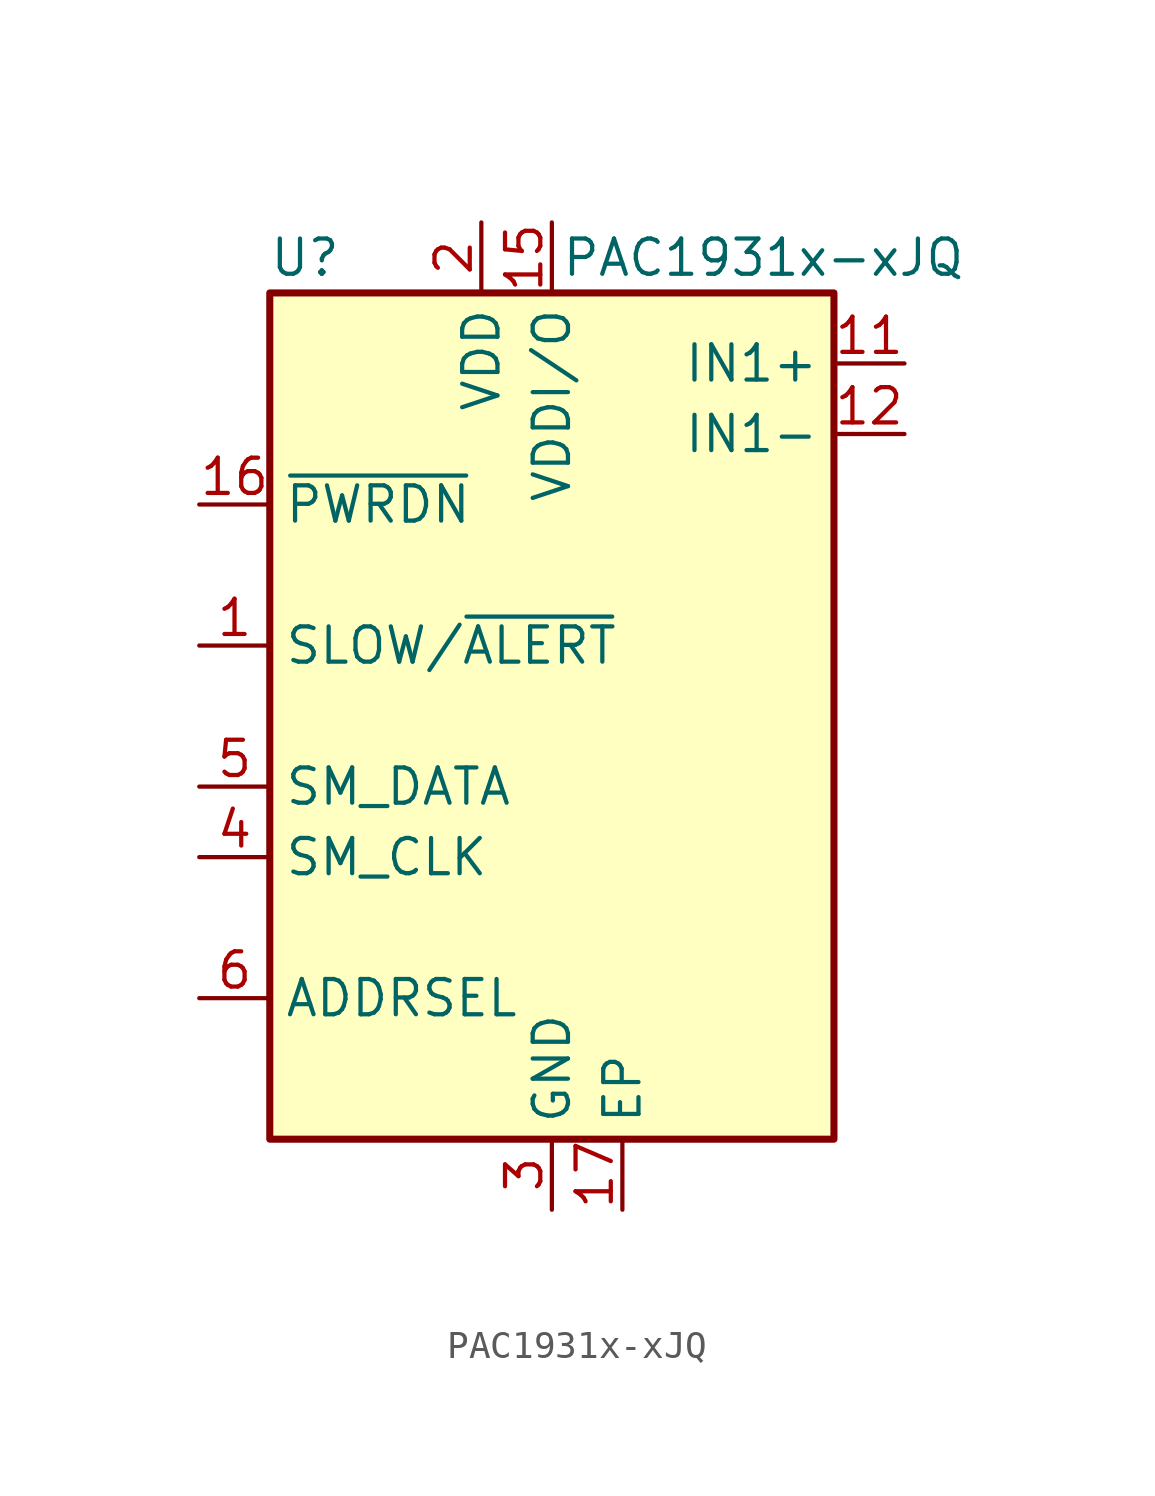
<source format=kicad_sym>
(kicad_symbol_lib
  (version 20200908)
  (generator kicad_symbol_editor)
  (symbol "Analog_ADC:PAC1931x-xJQ"
    (property "Reference" "U"
      (at -8.89 16.51 0)
      (effects (font (size 1.27 1.27))))
    (property "Value" "PAC1931x-xJQ"
      (at 7.62 16.51 0)
      (effects (font (size 1.27 1.27))))
    (symbol "PAC1931x-xJQ_0_1"
      (rectangle (start -10.16 15.24) (end 10.16 -15.24) (stroke (width 0.254)) (fill (type background))))
    (symbol "PAC1931x-xJQ_1_1"
      (pin open_collector line (at -12.7 2.54 0) (length 2.54) (name "SLOW/~ALERT" (effects (font (size 1.27 1.27)))) (number "1" (effects (font (size 1.27 1.27)))))
      (pin passive line (at 0 -17.78 90) (length 2.54) hide (name "GND" (effects (font (size 1.27 1.27)))) (number "10" (effects (font (size 1.27 1.27)))))
      (pin input line (at 12.7 12.7 180) (length 2.54) (name "IN1+" (effects (font (size 1.27 1.27)))) (number "11" (effects (font (size 1.27 1.27)))))
      (pin input line (at 12.7 10.16 180) (length 2.54) (name "IN1-" (effects (font (size 1.27 1.27)))) (number "12" (effects (font (size 1.27 1.27)))))
      (pin passive line (at 0 -17.78 90) (length 2.54) hide (name "GND" (effects (font (size 1.27 1.27)))) (number "13" (effects (font (size 1.27 1.27)))))
      (pin passive line (at 0 -17.78 90) (length 2.54) hide (name "GND" (effects (font (size 1.27 1.27)))) (number "14" (effects (font (size 1.27 1.27)))))
      (pin power_in line (at 0 17.78 270) (length 2.54) (name "VDDI/O" (effects (font (size 1.27 1.27)))) (number "15" (effects (font (size 1.27 1.27)))))
      (pin input line (at -12.7 7.62 0) (length 2.54) (name "~PWRDN" (effects (font (size 1.27 1.27)))) (number "16" (effects (font (size 1.27 1.27)))))
      (pin power_in line (at 2.54 -17.78 90) (length 2.54) (name "EP" (effects (font (size 1.27 1.27)))) (number "17" (effects (font (size 1.27 1.27)))))
      (pin power_in line (at -2.54 17.78 270) (length 2.54) (name "VDD" (effects (font (size 1.27 1.27)))) (number "2" (effects (font (size 1.27 1.27)))))
      (pin power_in line (at 0 -17.78 90) (length 2.54) (name "GND" (effects (font (size 1.27 1.27)))) (number "3" (effects (font (size 1.27 1.27)))))
      (pin input line (at -12.7 -5.08 0) (length 2.54) (name "SM_CLK" (effects (font (size 1.27 1.27)))) (number "4" (effects (font (size 1.27 1.27)))))
      (pin bidirectional line (at -12.7 -2.54 0) (length 2.54) (name "SM_DATA" (effects (font (size 1.27 1.27)))) (number "5" (effects (font (size 1.27 1.27)))))
      (pin passive line (at -12.7 -10.16 0) (length 2.54) (name "ADDRSEL" (effects (font (size 1.27 1.27)))) (number "6" (effects (font (size 1.27 1.27)))))
      (pin passive line (at 0 -17.78 90) (length 2.54) hide (name "GND" (effects (font (size 1.27 1.27)))) (number "7" (effects (font (size 1.27 1.27)))))
      (pin passive line (at 0 -17.78 90) (length 2.54) hide (name "GND" (effects (font (size 1.27 1.27)))) (number "8" (effects (font (size 1.27 1.27)))))
      (pin passive line (at 0 -17.78 90) (length 2.54) hide (name "GND" (effects (font (size 1.27 1.27)))) (number "9" (effects (font (size 1.27 1.27))))))))
</source>
